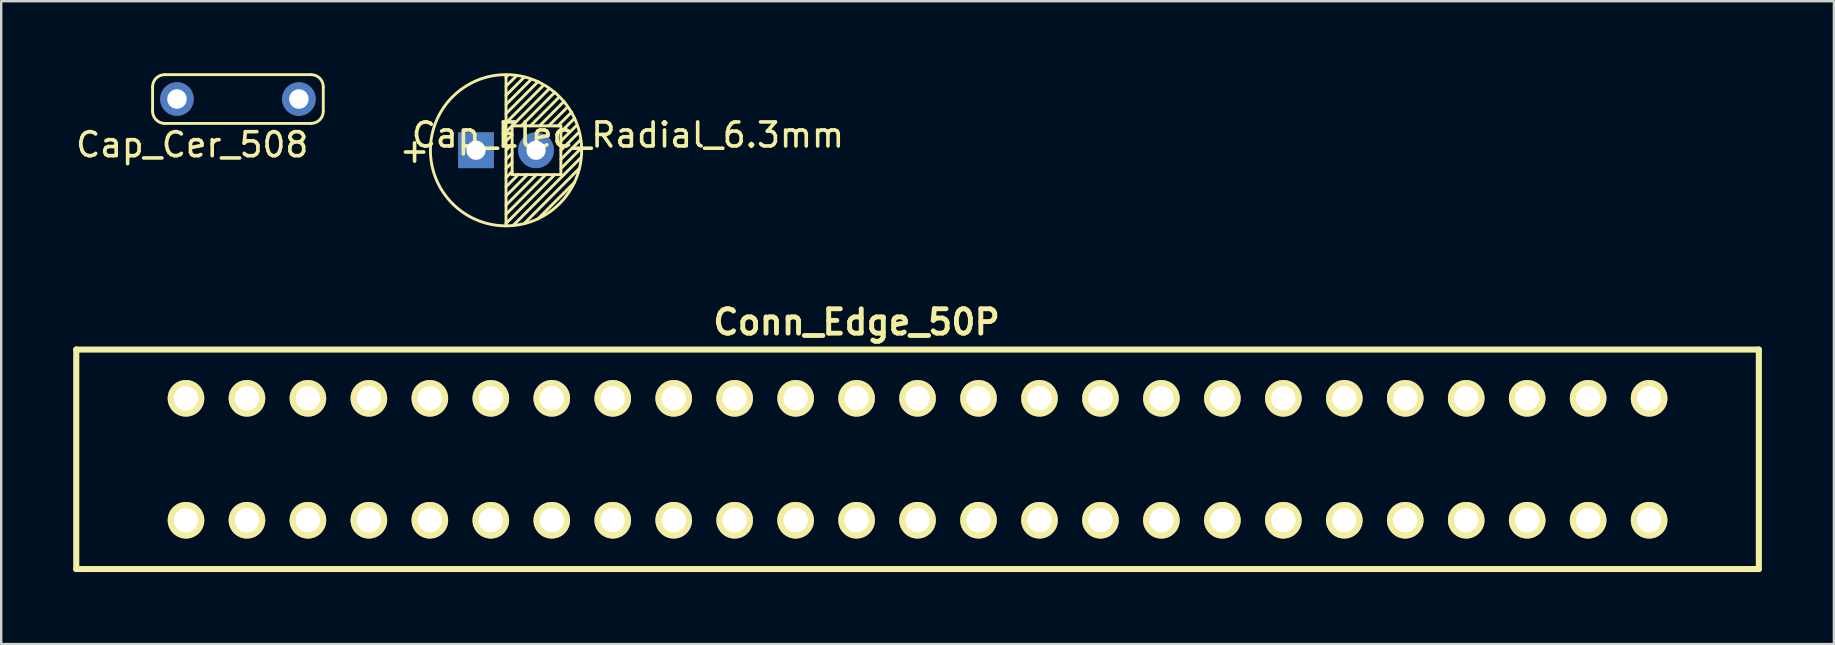
<source format=kicad_pcb>
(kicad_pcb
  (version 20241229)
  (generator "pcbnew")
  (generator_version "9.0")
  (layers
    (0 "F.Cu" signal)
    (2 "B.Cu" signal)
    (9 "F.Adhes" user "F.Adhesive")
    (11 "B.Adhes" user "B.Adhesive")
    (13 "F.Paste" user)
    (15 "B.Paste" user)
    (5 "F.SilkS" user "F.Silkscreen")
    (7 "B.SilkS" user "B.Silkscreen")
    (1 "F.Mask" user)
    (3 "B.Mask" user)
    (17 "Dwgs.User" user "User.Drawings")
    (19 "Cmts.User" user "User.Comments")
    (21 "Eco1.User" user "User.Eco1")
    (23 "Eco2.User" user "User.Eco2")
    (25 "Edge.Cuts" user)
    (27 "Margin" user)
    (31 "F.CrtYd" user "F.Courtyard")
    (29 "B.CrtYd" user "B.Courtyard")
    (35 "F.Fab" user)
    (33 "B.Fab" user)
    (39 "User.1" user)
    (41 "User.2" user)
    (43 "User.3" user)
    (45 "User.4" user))
  (footprint "Cap_Cer_508"
    (layer "F.Cu")
    (at 6.863 1.076)
    (property "Reference" "Cap_Cer_508" (at -1.905 1.905 0) (layer "F.SilkS") (effects (font (size 1 1) (thickness 0.15))))
    (attr through_hole)
    (fp_line (start -3.556 0.508) (end -3.556 -0.508) (stroke (width 0.12) (type solid)) (layer "F.SilkS"))
    (fp_line (start -3.048 -1.016) (end 3.048 -1.016) (stroke (width 0.12) (type solid)) (layer "F.SilkS"))
    (fp_line (start -3.048 1.016) (end 3.048 1.016) (stroke (width 0.12) (type solid)) (layer "F.SilkS"))
    (fp_line (start 3.556 0.508) (end 3.556 -0.508) (stroke (width 0.12) (type solid)) (layer "F.SilkS"))
    (fp_arc (start -3.556 -0.508) (mid -3.40721 -0.86721) (end -3.048 -1.016) (stroke (width 0.12) (type solid)) (layer "F.SilkS"))
    (fp_arc (start -3.048 1.016) (mid -3.40721 0.86721) (end -3.556 0.508) (stroke (width 0.12) (type solid)) (layer "F.SilkS"))
    (fp_arc (start 3.048 -1.016) (mid 3.40721 -0.86721) (end 3.556 -0.508) (stroke (width 0.12) (type solid)) (layer "F.SilkS"))
    (fp_arc (start 3.556 0.508) (mid 3.40721 0.86721) (end 3.048 1.016) (stroke (width 0.12) (type solid)) (layer "F.SilkS"))
    (pad "1" thru_hole circle (at -2.54 0) (size 1.397 1.397) (drill 0.813) (layers "*.Cu" "*.Mask"))
    (pad "2" thru_hole circle (at 2.54 0) (size 1.397 1.397) (drill 0.813) (layers "*.Cu" "*.Mask")))
  (footprint "Cap_Elec_Radial_6.3mm"
    (layer "F.Cu")
    (at 18.033 3.21)
    (property "Reference" "Cap_Elec_Radial_6.3mm" (at 5.08 -0.635 0) (layer "F.SilkS") (effects (font (size 1 1) (thickness 0.15))))
    (attr through_hole)
    (fp_line (start 0 -3.111) (end 0 3.111) (stroke (width 0.12) (type solid)) (layer "F.SilkS"))
    (fp_line (start 0 -3.048) (end 0.064 -3.111) (stroke (width 0.12) (type solid)) (layer "F.SilkS"))
    (fp_line (start 0 -2.667) (end 0.445 -3.111) (stroke (width 0.12) (type solid)) (layer "F.SilkS"))
    (fp_line (start 0 -2.286) (end 0.762 -3.048) (stroke (width 0.12) (type solid)) (layer "F.SilkS"))
    (fp_line (start 0 -1.905) (end 1.016 -2.921) (stroke (width 0.12) (type solid)) (layer "F.SilkS"))
    (fp_line (start 0 -1.524) (end 1.333 -2.857) (stroke (width 0.12) (type solid)) (layer "F.SilkS"))
    (fp_line (start 0 -1.143) (end 1.524 -2.667) (stroke (width 0.12) (type solid)) (layer "F.SilkS"))
    (fp_line (start 0 -0.762) (end 1.778 -2.54) (stroke (width 0.12) (type solid)) (layer "F.SilkS"))
    (fp_line (start 0 -0.381) (end 0.254 -0.635) (stroke (width 0.12) (type solid)) (layer "F.SilkS"))
    (fp_line (start 0 0) (end 0.254 -0.254) (stroke (width 0.12) (type solid)) (layer "F.SilkS"))
    (fp_line (start 0 0.381) (end 0.254 0.127) (stroke (width 0.12) (type solid)) (layer "F.SilkS"))
    (fp_line (start 0 0.762) (end 0.254 0.508) (stroke (width 0.12) (type solid)) (layer "F.SilkS"))
    (fp_line (start 0 1.143) (end 0.254 0.889) (stroke (width 0.12) (type solid)) (layer "F.SilkS"))
    (fp_line (start 0 1.524) (end 0.508 1.016) (stroke (width 0.12) (type solid)) (layer "F.SilkS"))
    (fp_line (start 0 1.905) (end 0.889 1.016) (stroke (width 0.12) (type solid)) (layer "F.SilkS"))
    (fp_line (start 0 2.286) (end 1.27 1.016) (stroke (width 0.12) (type solid)) (layer "F.SilkS"))
    (fp_line (start 0 2.667) (end 1.651 1.016) (stroke (width 0.12) (type solid)) (layer "F.SilkS"))
    (fp_line (start 0 3.048) (end 2.032 1.016) (stroke (width 0.12) (type solid)) (layer "F.SilkS"))
    (fp_line (start 0.254 -1.016) (end 2.032 -1.016) (stroke (width 0.12) (type solid)) (layer "F.SilkS"))
    (fp_line (start 0.254 1.016) (end 0.254 -1.016) (stroke (width 0.12) (type solid)) (layer "F.SilkS"))
    (fp_line (start 0.318 3.111) (end 3.111 0.318) (stroke (width 0.12) (type solid)) (layer "F.SilkS"))
    (fp_line (start 0.635 -1.016) (end 2.032 -2.413) (stroke (width 0.12) (type solid)) (layer "F.SilkS"))
    (fp_line (start 0.762 3.048) (end 3.048 0.762) (stroke (width 0.12) (type solid)) (layer "F.SilkS"))
    (fp_line (start 1.016 -1.016) (end 2.159 -2.159) (stroke (width 0.12) (type solid)) (layer "F.SilkS"))
    (fp_line (start 1.333 2.857) (end 2.857 1.333) (stroke (width 0.12) (type solid)) (layer "F.SilkS"))
    (fp_line (start 1.397 -1.016) (end 2.413 -2.032) (stroke (width 0.12) (type solid)) (layer "F.SilkS"))
    (fp_line (start 1.778 -1.016) (end 2.54 -1.778) (stroke (width 0.12) (type solid)) (layer "F.SilkS"))
    (fp_line (start 2.032 -1.016) (end 2.286 -1.016) (stroke (width 0.12) (type solid)) (layer "F.SilkS"))
    (fp_line (start 2.159 -1.016) (end 2.731 -1.587) (stroke (width 0.12) (type solid)) (layer "F.SilkS"))
    (fp_line (start 2.286 -1.016) (end 2.286 1.016) (stroke (width 0.12) (type solid)) (layer "F.SilkS"))
    (fp_line (start 2.286 -0.762) (end 2.857 -1.333) (stroke (width 0.12) (type solid)) (layer "F.SilkS"))
    (fp_line (start 2.286 -0.381) (end 2.921 -1.016) (stroke (width 0.12) (type solid)) (layer "F.SilkS"))
    (fp_line (start 2.286 0) (end 3.048 -0.762) (stroke (width 0.12) (type solid)) (layer "F.SilkS"))
    (fp_line (start 2.286 0.381) (end 3.111 -0.445) (stroke (width 0.12) (type solid)) (layer "F.SilkS"))
    (fp_line (start 2.286 0.762) (end 3.111 -0.064) (stroke (width 0.12) (type solid)) (layer "F.SilkS"))
    (fp_line (start 2.286 1.016) (end 0.254 1.016) (stroke (width 0.12) (type solid)) (layer "F.SilkS"))
    (fp_circle (center 0 0) (end 3.15 0) (stroke (width 0.12) (type solid)) (fill no) (layer "F.SilkS"))
    (fp_text user "+" (at -3.81 0 0) (layer "F.SilkS") (effects (font (size 1 1) (thickness 0.15))))
    (pad "1" thru_hole rect (at -1.25 0) (size 1.491 1.491) (drill 0.8) (layers "*.Cu" "*.Mask"))
    (pad "2" thru_hole circle (at 1.25 0) (size 1.491 1.491) (drill 0.8) (layers "*.Cu" "*.Mask")))
  (footprint "Conn_Edge_50P"
    (layer "F.Cu")
    (at 35.179 16.086)
    (property "Reference" "Conn_Edge_50P" (at -2.54 -5.715 0) (layer "F.SilkS") (effects (font (size 1.016 1.016) (thickness 0.203))))
    (attr through_hole)
    (fp_line (start -35.052 -4.572) (end 35.052 -4.572) (stroke (width 0.254) (type solid)) (layer "F.SilkS"))
    (fp_line (start -35.052 4.572) (end -35.052 -4.572) (stroke (width 0.254) (type solid)) (layer "F.SilkS"))
    (fp_line (start 35.052 -4.572) (end 35.052 4.572) (stroke (width 0.254) (type solid)) (layer "F.SilkS"))
    (fp_line (start 35.052 4.572) (end -35.052 4.572) (stroke (width 0.254) (type solid)) (layer "F.SilkS"))
    (pad "1" thru_hole circle (at -30.48 2.54 180) (size 1.524 1.524) (drill 1.016) (layers "*.Cu" "*.Mask" "F.SilkS"))
    (pad "2" thru_hole circle (at -30.48 -2.54 180) (size 1.524 1.524) (drill 1.016) (layers "*.Cu" "*.Mask" "F.SilkS"))
    (pad "3" thru_hole circle (at -27.94 2.54 180) (size 1.524 1.524) (drill 1.016) (layers "*.Cu" "*.Mask" "F.SilkS"))
    (pad "4" thru_hole circle (at -27.94 -2.54 180) (size 1.524 1.524) (drill 1.016) (layers "*.Cu" "*.Mask" "F.SilkS"))
    (pad "5" thru_hole circle (at -25.4 2.54 180) (size 1.524 1.524) (drill 1.016) (layers "*.Cu" "*.Mask" "F.SilkS"))
    (pad "6" thru_hole circle (at -25.4 -2.54 180) (size 1.524 1.524) (drill 1.016) (layers "*.Cu" "*.Mask" "F.SilkS"))
    (pad "7" thru_hole circle (at -22.86 2.54 180) (size 1.524 1.524) (drill 1.016) (layers "*.Cu" "*.Mask" "F.SilkS"))
    (pad "8" thru_hole circle (at -22.86 -2.54 180) (size 1.524 1.524) (drill 1.016) (layers "*.Cu" "*.Mask" "F.SilkS"))
    (pad "9" thru_hole circle (at -20.32 2.54 180) (size 1.524 1.524) (drill 1.016) (layers "*.Cu" "*.Mask" "F.SilkS"))
    (pad "10" thru_hole circle (at -20.32 -2.54 180) (size 1.524 1.524) (drill 1.016) (layers "*.Cu" "*.Mask" "F.SilkS"))
    (pad "11" thru_hole circle (at -17.78 2.54 180) (size 1.524 1.524) (drill 1.016) (layers "*.Cu" "*.Mask" "F.SilkS"))
    (pad "12" thru_hole circle (at -17.78 -2.54 180) (size 1.524 1.524) (drill 1.016) (layers "*.Cu" "*.Mask" "F.SilkS"))
    (pad "13" thru_hole circle (at -15.24 2.54 180) (size 1.524 1.524) (drill 1.016) (layers "*.Cu" "*.Mask" "F.SilkS"))
    (pad "14" thru_hole circle (at -15.24 -2.54 180) (size 1.524 1.524) (drill 1.016) (layers "*.Cu" "*.Mask" "F.SilkS"))
    (pad "15" thru_hole circle (at -12.7 2.54 180) (size 1.524 1.524) (drill 1.016) (layers "*.Cu" "*.Mask" "F.SilkS"))
    (pad "16" thru_hole circle (at -12.7 -2.54 180) (size 1.524 1.524) (drill 1.016) (layers "*.Cu" "*.Mask" "F.SilkS"))
    (pad "17" thru_hole circle (at -10.16 2.54 180) (size 1.524 1.524) (drill 1.016) (layers "*.Cu" "*.Mask" "F.SilkS"))
    (pad "18" thru_hole circle (at -10.16 -2.54 180) (size 1.524 1.524) (drill 1.016) (layers "*.Cu" "*.Mask" "F.SilkS"))
    (pad "19" thru_hole circle (at -7.62 2.54 180) (size 1.524 1.524) (drill 1.016) (layers "*.Cu" "*.Mask" "F.SilkS"))
    (pad "20" thru_hole circle (at -7.62 -2.54 180) (size 1.524 1.524) (drill 1.016) (layers "*.Cu" "*.Mask" "F.SilkS"))
    (pad "21" thru_hole circle (at -5.08 2.54 180) (size 1.524 1.524) (drill 1.016) (layers "*.Cu" "*.Mask" "F.SilkS"))
    (pad "22" thru_hole circle (at -5.08 -2.54 180) (size 1.524 1.524) (drill 1.016) (layers "*.Cu" "*.Mask" "F.SilkS"))
    (pad "23" thru_hole circle (at -2.54 2.54 180) (size 1.524 1.524) (drill 1.016) (layers "*.Cu" "*.Mask" "F.SilkS"))
    (pad "24" thru_hole circle (at -2.54 -2.54 180) (size 1.524 1.524) (drill 1.016) (layers "*.Cu" "*.Mask" "F.SilkS"))
    (pad "25" thru_hole circle (at 0 2.54 180) (size 1.524 1.524) (drill 1.016) (layers "*.Cu" "*.Mask" "F.SilkS"))
    (pad "26" thru_hole circle (at 0 -2.54 180) (size 1.524 1.524) (drill 1.016) (layers "*.Cu" "*.Mask" "F.SilkS"))
    (pad "27" thru_hole circle (at 2.54 2.54 180) (size 1.524 1.524) (drill 1.016) (layers "*.Cu" "*.Mask" "F.SilkS"))
    (pad "28" thru_hole circle (at 2.54 -2.54 180) (size 1.524 1.524) (drill 1.016) (layers "*.Cu" "*.Mask" "F.SilkS"))
    (pad "29" thru_hole circle (at 5.08 2.54 180) (size 1.524 1.524) (drill 1.016) (layers "*.Cu" "*.Mask" "F.SilkS"))
    (pad "30" thru_hole circle (at 5.08 -2.54 180) (size 1.524 1.524) (drill 1.016) (layers "*.Cu" "*.Mask" "F.SilkS"))
    (pad "31" thru_hole circle (at 7.62 2.54 180) (size 1.524 1.524) (drill 1.016) (layers "*.Cu" "*.Mask" "F.SilkS"))
    (pad "32" thru_hole circle (at 7.62 -2.54 180) (size 1.524 1.524) (drill 1.016) (layers "*.Cu" "*.Mask" "F.SilkS"))
    (pad "33" thru_hole circle (at 10.16 2.54 180) (size 1.524 1.524) (drill 1.016) (layers "*.Cu" "*.Mask" "F.SilkS"))
    (pad "34" thru_hole circle (at 10.16 -2.54 180) (size 1.524 1.524) (drill 1.016) (layers "*.Cu" "*.Mask" "F.SilkS"))
    (pad "35" thru_hole circle (at 12.7 2.54 180) (size 1.524 1.524) (drill 1.016) (layers "*.Cu" "*.Mask" "F.SilkS"))
    (pad "36" thru_hole circle (at 12.7 -2.54 180) (size 1.524 1.524) (drill 1.016) (layers "*.Cu" "*.Mask" "F.SilkS"))
    (pad "37" thru_hole circle (at 15.24 2.54 180) (size 1.524 1.524) (drill 1.016) (layers "*.Cu" "*.Mask" "F.SilkS"))
    (pad "38" thru_hole circle (at 15.24 -2.54 180) (size 1.524 1.524) (drill 1.016) (layers "*.Cu" "*.Mask" "F.SilkS"))
    (pad "39" thru_hole circle (at 17.78 2.54 180) (size 1.524 1.524) (drill 1.016) (layers "*.Cu" "*.Mask" "F.SilkS"))
    (pad "40" thru_hole circle (at 17.78 -2.54 180) (size 1.524 1.524) (drill 1.016) (layers "*.Cu" "*.Mask" "F.SilkS"))
    (pad "41" thru_hole circle (at 20.32 2.54 180) (size 1.524 1.524) (drill 1.016) (layers "*.Cu" "*.Mask" "F.SilkS"))
    (pad "42" thru_hole circle (at 20.32 -2.54 180) (size 1.524 1.524) (drill 1.016) (layers "*.Cu" "*.Mask" "F.SilkS"))
    (pad "43" thru_hole circle (at 22.86 2.54 180) (size 1.524 1.524) (drill 1.016) (layers "*.Cu" "*.Mask" "F.SilkS"))
    (pad "44" thru_hole circle (at 22.86 -2.54 180) (size 1.524 1.524) (drill 1.016) (layers "*.Cu" "*.Mask" "F.SilkS"))
    (pad "45" thru_hole circle (at 25.4 2.54 180) (size 1.524 1.524) (drill 1.016) (layers "*.Cu" "*.Mask" "F.SilkS"))
    (pad "46" thru_hole circle (at 25.4 -2.54 180) (size 1.524 1.524) (drill 1.016) (layers "*.Cu" "*.Mask" "F.SilkS"))
    (pad "47" thru_hole circle (at 27.94 2.54 180) (size 1.524 1.524) (drill 1.016) (layers "*.Cu" "*.Mask" "F.SilkS"))
    (pad "48" thru_hole circle (at 27.94 -2.54 180) (size 1.524 1.524) (drill 1.016) (layers "*.Cu" "*.Mask" "F.SilkS"))
    (pad "49" thru_hole circle (at 30.48 2.54 180) (size 1.524 1.524) (drill 1.016) (layers "*.Cu" "*.Mask" "F.SilkS"))
    (pad "50" thru_hole circle (at 30.48 -2.54 180) (size 1.524 1.524) (drill 1.016) (layers "*.Cu" "*.Mask" "F.SilkS")))
  (gr_rect
    (start -3 -3)
    (end 73.358 23.785)
    (stroke (width 0.1) (type default))
    (fill no)
    (layer "Edge.Cuts")))
</source>
